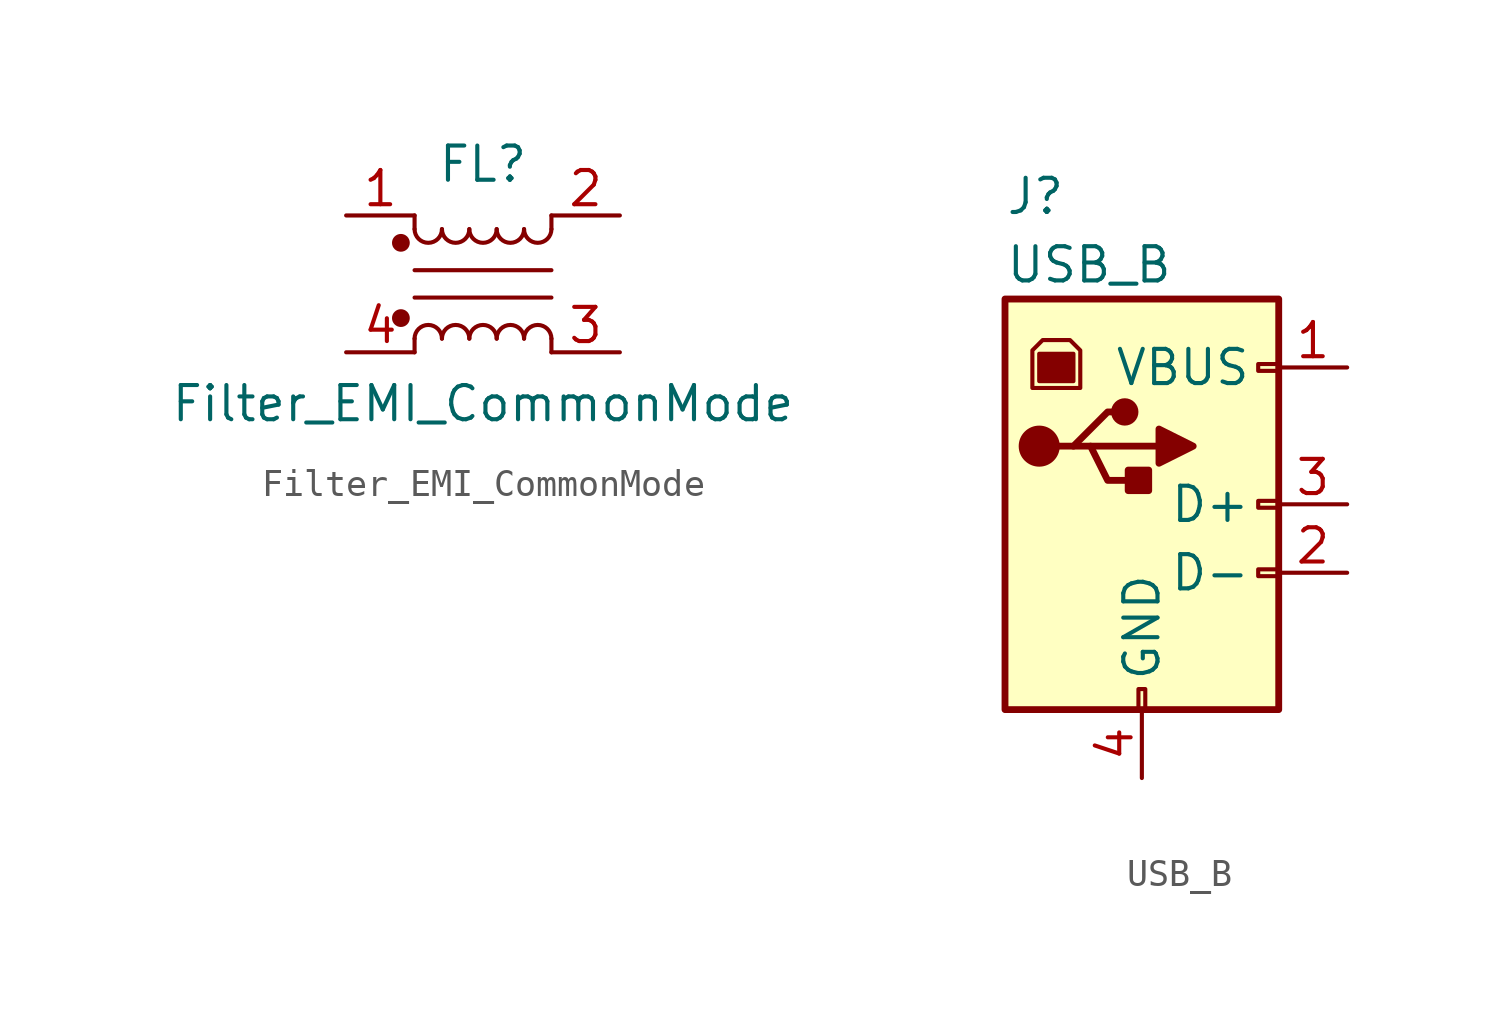
<source format=kicad_sym>
(kicad_symbol_lib
  (version 20211014)
  (generator kicad_symbol_editor)
  (symbol "Filter_EMI_CommonMode"
    (pin_names
      (offset 0.254) hide)
    (property "Reference" "FL"
      (at 0 4.445 0)
      (effects (font (size 1.27 1.27))))
    (property "Value" "Filter_EMI_CommonMode"
      (at 0 -4.445 0)
      (effects (font (size 1.27 1.27))))
    (symbol "Filter_EMI_CommonMode_0_1"
      (circle (center -3.048 -1.27) (radius 0.254) (stroke (width 0) (type default) (color 0 0 0 0)) (fill (type outline)))
      (circle (center -3.048 1.524) (radius 0.254) (stroke (width 0) (type default) (color 0 0 0 0)) (fill (type outline)))
      (arc (start -2.54 2.032) (mid -2.032 1.524) (end -1.524 2.032) (stroke (width 0) (type default) (color 0 0 0 0)) (fill (type none)))
      (arc (start -1.524 -2.032) (mid -2.032 -1.524) (end -2.54 -2.032) (stroke (width 0) (type default) (color 0 0 0 0)) (fill (type none)))
      (arc (start -1.524 2.032) (mid -1.016 1.524) (end -0.508 2.032) (stroke (width 0) (type default) (color 0 0 0 0)) (fill (type none)))
      (arc (start -0.508 -2.032) (mid -1.016 -1.524) (end -1.524 -2.032) (stroke (width 0) (type default) (color 0 0 0 0)) (fill (type none)))
      (arc (start -0.508 2.032) (mid 0 1.524) (end 0.508 2.032) (stroke (width 0) (type default) (color 0 0 0 0)) (fill (type none)))
      (polyline (pts (xy -2.54 -2.032) (xy -2.54 -2.54)) (stroke (width 0) (type default) (color 0 0 0 0)) (fill (type none)))
      (polyline (pts (xy -2.54 0.508) (xy 2.54 0.508)) (stroke (width 0) (type default) (color 0 0 0 0)) (fill (type none)))
      (polyline (pts (xy -2.54 2.032) (xy -2.54 2.54)) (stroke (width 0) (type default) (color 0 0 0 0)) (fill (type none)))
      (polyline (pts (xy 2.54 -2.032) (xy 2.54 -2.54)) (stroke (width 0) (type default) (color 0 0 0 0)) (fill (type none)))
      (polyline (pts (xy 2.54 -0.508) (xy -2.54 -0.508)) (stroke (width 0) (type default) (color 0 0 0 0)) (fill (type none)))
      (polyline (pts (xy 2.54 2.54) (xy 2.54 2.032)) (stroke (width 0) (type default) (color 0 0 0 0)) (fill (type none)))
      (arc (start 0.508 -2.032) (mid 0 -1.524) (end -0.508 -2.032) (stroke (width 0) (type default) (color 0 0 0 0)) (fill (type none)))
      (arc (start 0.508 2.032) (mid 1.016 1.524) (end 1.524 2.032) (stroke (width 0) (type default) (color 0 0 0 0)) (fill (type none)))
      (arc (start 1.524 -2.032) (mid 1.016 -1.524) (end 0.508 -2.032) (stroke (width 0) (type default) (color 0 0 0 0)) (fill (type none)))
      (arc (start 1.524 2.032) (mid 2.032 1.524) (end 2.54 2.032) (stroke (width 0) (type default) (color 0 0 0 0)) (fill (type none)))
      (arc (start 2.54 -2.032) (mid 2.032 -1.524) (end 1.524 -2.032) (stroke (width 0) (type default) (color 0 0 0 0)) (fill (type none))))
    (symbol "Filter_EMI_CommonMode_1_1"
      (pin passive line (at -5.08 2.54 0) (length 2.54) (name "1" (effects (font (size 1.27 1.27)))) (number "1" (effects (font (size 1.27 1.27)))))
      (pin passive line (at 5.08 2.54 180) (length 2.54) (name "2" (effects (font (size 1.27 1.27)))) (number "2" (effects (font (size 1.27 1.27)))))
      (pin passive line (at 5.08 -2.54 180) (length 2.54) (name "3" (effects (font (size 1.27 1.27)))) (number "3" (effects (font (size 1.27 1.27)))))
      (pin passive line (at -5.08 -2.54 0) (length 2.54) (name "4" (effects (font (size 1.27 1.27)))) (number "4" (effects (font (size 1.27 1.27)))))))
  (symbol "USB_B"
    (pin_names
      (offset 1.016))
    (property "Reference" "J"
      (at -5.08 11.43 0)
      (effects (font (size 1.27 1.27)) (justify left)))
    (property "Value" "USB_B"
      (at -5.08 8.89 0)
      (effects (font (size 1.27 1.27)) (justify left)))
    (symbol "USB_B_0_1"
      (rectangle (start -5.08 -7.62) (end 5.08 7.62) (stroke (width 0.254) (type default) (color 0 0 0 0)) (fill (type background)))
      (circle (center -3.81 2.159) (radius 0.635) (stroke (width 0.254) (type default) (color 0 0 0 0)) (fill (type outline)))
      (rectangle (start -3.81 5.588) (end -2.54 4.572) (stroke (width 0) (type default) (color 0 0 0 0)) (fill (type outline)))
      (circle (center -0.635 3.429) (radius 0.381) (stroke (width 0.254) (type default) (color 0 0 0 0)) (fill (type outline)))
      (rectangle (start -0.127 -7.62) (end 0.127 -6.858) (stroke (width 0) (type default) (color 0 0 0 0)) (fill (type none)))
      (polyline (pts (xy -1.905 2.159) (xy 0.635 2.159)) (stroke (width 0.254) (type default) (color 0 0 0 0)) (fill (type none)))
      (polyline (pts (xy -3.175 2.159) (xy -2.54 2.159) (xy -1.27 3.429) (xy -0.635 3.429)) (stroke (width 0.254) (type default) (color 0 0 0 0)) (fill (type none)))
      (polyline (pts (xy -2.54 2.159) (xy -1.905 2.159) (xy -1.27 0.889) (xy 0 0.889)) (stroke (width 0.254) (type default) (color 0 0 0 0)) (fill (type none)))
      (polyline (pts (xy 0.635 2.794) (xy 0.635 1.524) (xy 1.905 2.159) (xy 0.635 2.794)) (stroke (width 0.254) (type default) (color 0 0 0 0)) (fill (type outline)))
      (polyline (pts (xy -4.064 4.318) (xy -2.286 4.318) (xy -2.286 5.715) (xy -2.667 6.096) (xy -3.683 6.096) (xy -4.064 5.715) (xy -4.064 4.318)) (stroke (width 0) (type default) (color 0 0 0 0)) (fill (type none)))
      (rectangle (start 0.254 1.27) (end -0.508 0.508) (stroke (width 0.254) (type default) (color 0 0 0 0)) (fill (type outline)))
      (rectangle (start 5.08 -2.667) (end 4.318 -2.413) (stroke (width 0) (type default) (color 0 0 0 0)) (fill (type none)))
      (rectangle (start 5.08 -0.127) (end 4.318 0.127) (stroke (width 0) (type default) (color 0 0 0 0)) (fill (type none)))
      (rectangle (start 5.08 4.953) (end 4.318 5.207) (stroke (width 0) (type default) (color 0 0 0 0)) (fill (type none))))
    (symbol "USB_B_1_1"
      (pin power_out line (at 7.62 5.08 180) (length 2.54) (name "VBUS" (effects (font (size 1.27 1.27)))) (number "1" (effects (font (size 1.27 1.27)))))
      (pin bidirectional line (at 7.62 -2.54 180) (length 2.54) (name "D-" (effects (font (size 1.27 1.27)))) (number "2" (effects (font (size 1.27 1.27)))))
      (pin bidirectional line (at 7.62 0 180) (length 2.54) (name "D+" (effects (font (size 1.27 1.27)))) (number "3" (effects (font (size 1.27 1.27)))))
      (pin power_out line (at 0 -10.16 90) (length 2.54) (name "GND" (effects (font (size 1.27 1.27)))) (number "4" (effects (font (size 1.27 1.27))))))))
</source>
